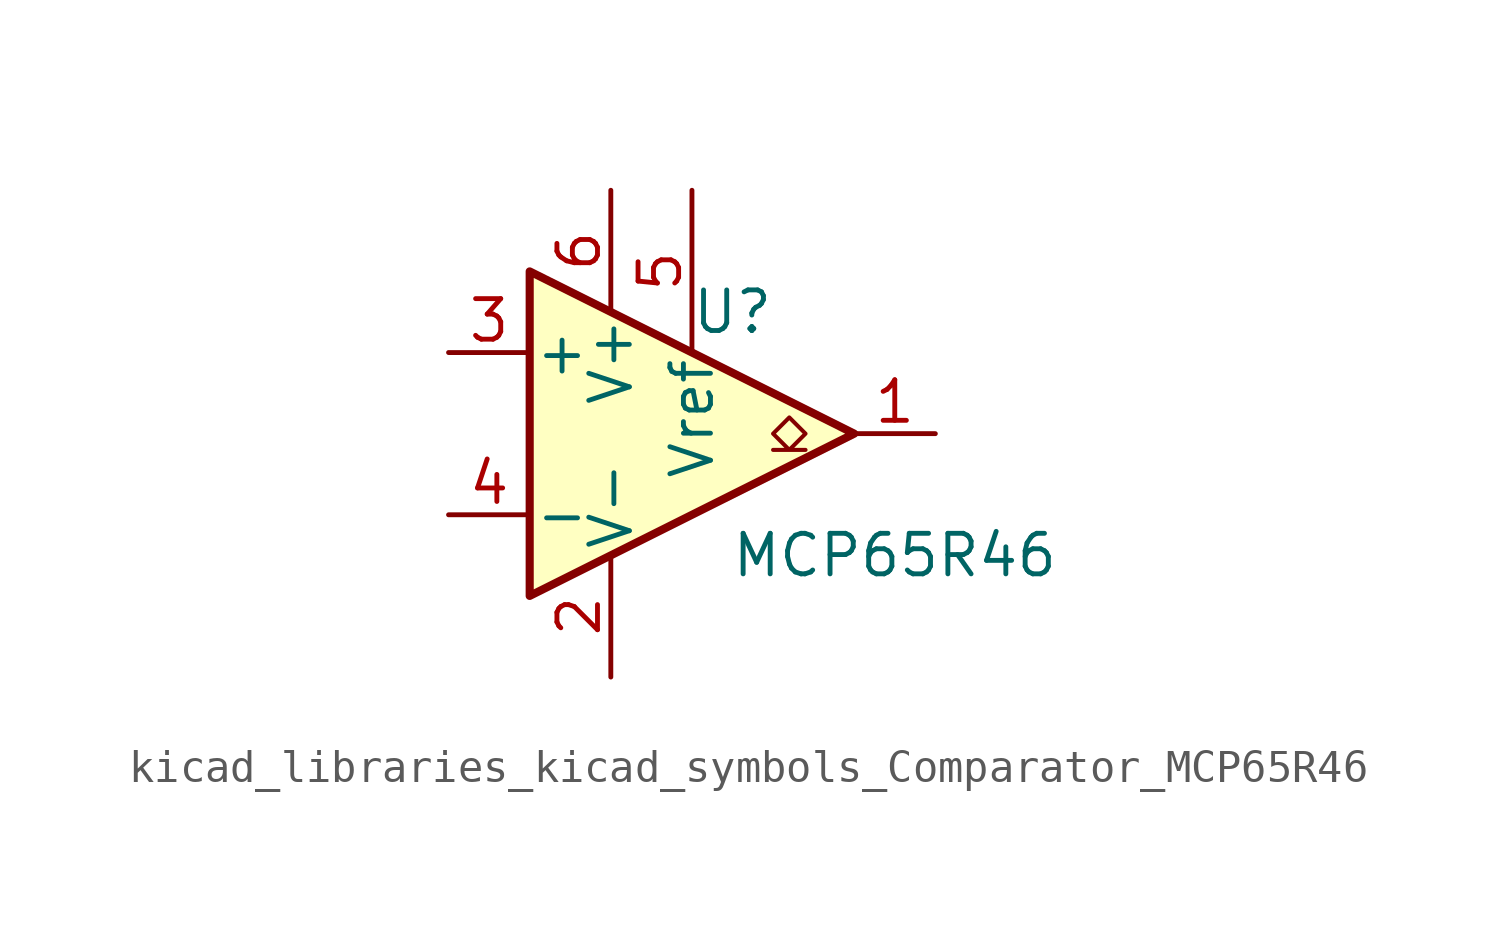
<source format=kicad_sym>
(kicad_symbol_lib
  (version 20220914)
  (generator kicad_symbol_editor)
  (symbol "kicad_libraries_kicad_symbols_Comparator_MCP65R46"
    (pin_names
      (offset 0.127))
    (property "Reference" "U"
      (at 1.27 3.81 0)
      (effects (font (size 1.27 1.27))))
    (property "Value" "MCP65R46"
      (at 6.35 -3.81 0)
      (effects (font (size 1.27 1.27))))
    (symbol "kicad_libraries_kicad_symbols_Comparator_MCP65R46_0_1"
      (polyline (pts (xy 3.556 -0.508) (xy 3.048 -0.508) (xy 3.556 0) (xy 3.048 0.508) (xy 2.54 0) (xy 3.048 -0.508) (xy 2.54 -0.508)) (stroke (width 0.127) (type default)) (fill (type none))))
    (symbol "kicad_libraries_kicad_symbols_Comparator_MCP65R46_1_1"
      (polyline (pts (xy -5.08 5.08) (xy -5.08 -5.08) (xy 5.08 0) (xy -5.08 5.08)) (stroke (width 0.254) (type default)) (fill (type background)))
      (pin open_collector line (at 7.62 0 180) (length 2.54) (name "~" (effects (font (size 1.27 1.27)))) (number "1" (effects (font (size 1.27 1.27)))))
      (pin power_in line (at -2.54 -7.62 90) (length 3.81) (name "V-" (effects (font (size 1.27 1.27)))) (number "2" (effects (font (size 1.27 1.27)))))
      (pin input line (at -7.62 2.54 0) (length 2.54) (name "+" (effects (font (size 1.27 1.27)))) (number "3" (effects (font (size 1.27 1.27)))))
      (pin input line (at -7.62 -2.54 0) (length 2.54) (name "-" (effects (font (size 1.27 1.27)))) (number "4" (effects (font (size 1.27 1.27)))))
      (pin power_out line (at 0 7.62 270) (length 5.08) (name "Vref" (effects (font (size 1.27 1.27)))) (number "5" (effects (font (size 1.27 1.27)))))
      (pin power_in line (at -2.54 7.62 270) (length 3.81) (name "V+" (effects (font (size 1.27 1.27)))) (number "6" (effects (font (size 1.27 1.27))))))))
</source>
